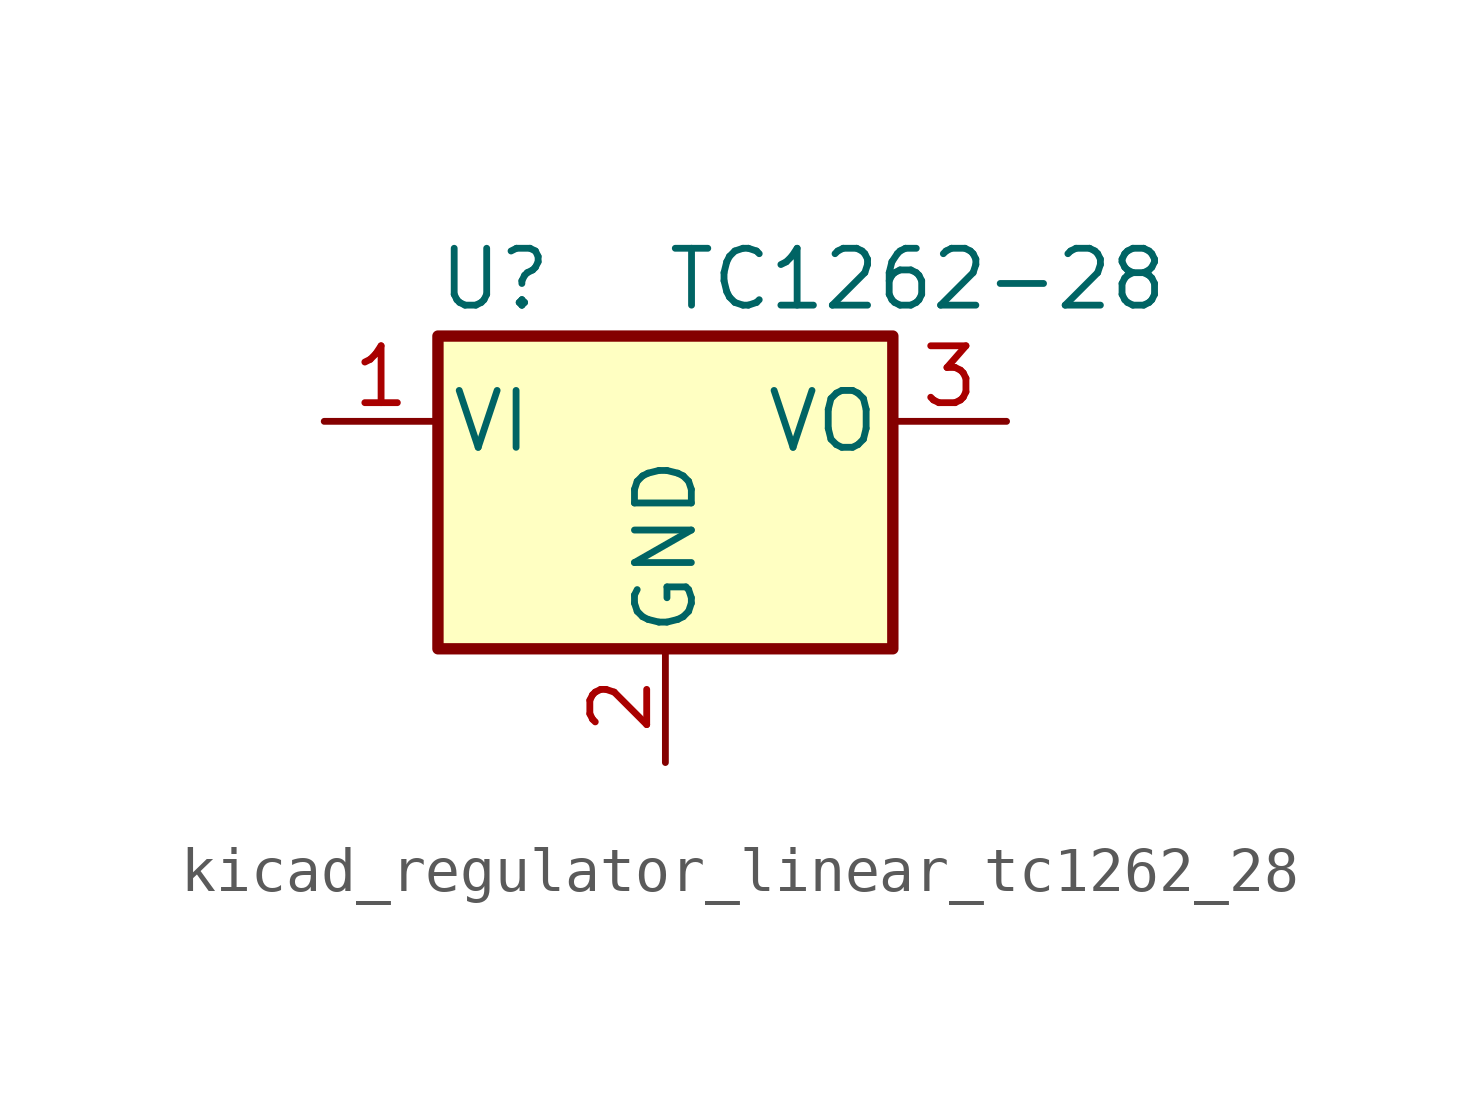
<source format=kicad_sym>
(kicad_symbol_lib
  (version 20220914)
  (generator kicad_symbol_editor)
  (symbol "kicad_regulator_linear_tc1262_28"
    (pin_names
      (offset 0.254))
    (property "Reference" "U"
      (at -3.81 3.175 0)
      (effects (font (size 1.27 1.27))))
    (property "Value" "TC1262-28"
      (at 0 3.175 0)
      (effects (font (size 1.27 1.27)) (justify left)))
    (symbol "kicad_regulator_linear_tc1262_28_1_1"
      (rectangle (start -5.08 1.905) (end 5.08 -5.08) (stroke (width 0.254) (type default)) (fill (type background)))
      (pin power_in line (at -7.62 0 0) (length 2.54) (name "VI" (effects (font (size 1.27 1.27)))) (number "1" (effects (font (size 1.27 1.27)))))
      (pin power_in line (at 0 -7.62 90) (length 2.54) (name "GND" (effects (font (size 1.27 1.27)))) (number "2" (effects (font (size 1.27 1.27)))))
      (pin power_out line (at 7.62 0 180) (length 2.54) (name "VO" (effects (font (size 1.27 1.27)))) (number "3" (effects (font (size 1.27 1.27))))))))
</source>
